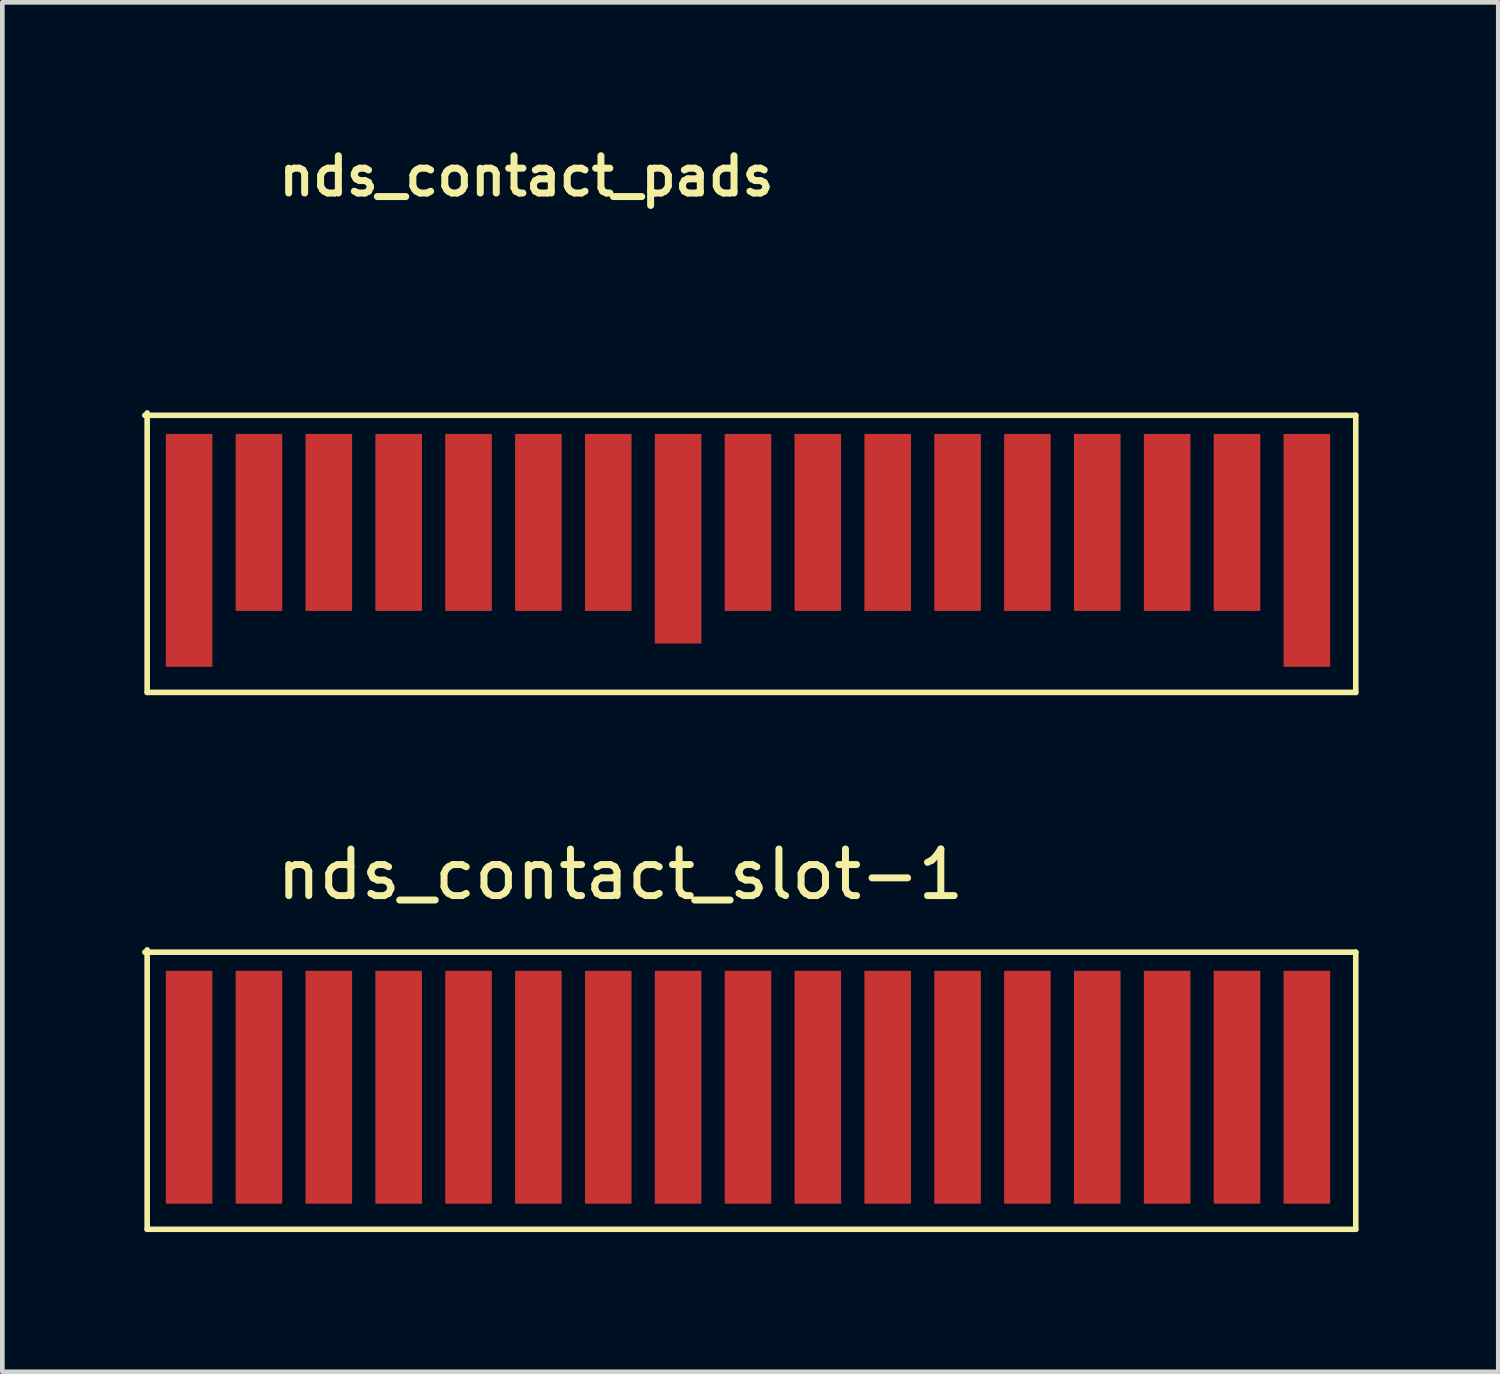
<source format=kicad_pcb>
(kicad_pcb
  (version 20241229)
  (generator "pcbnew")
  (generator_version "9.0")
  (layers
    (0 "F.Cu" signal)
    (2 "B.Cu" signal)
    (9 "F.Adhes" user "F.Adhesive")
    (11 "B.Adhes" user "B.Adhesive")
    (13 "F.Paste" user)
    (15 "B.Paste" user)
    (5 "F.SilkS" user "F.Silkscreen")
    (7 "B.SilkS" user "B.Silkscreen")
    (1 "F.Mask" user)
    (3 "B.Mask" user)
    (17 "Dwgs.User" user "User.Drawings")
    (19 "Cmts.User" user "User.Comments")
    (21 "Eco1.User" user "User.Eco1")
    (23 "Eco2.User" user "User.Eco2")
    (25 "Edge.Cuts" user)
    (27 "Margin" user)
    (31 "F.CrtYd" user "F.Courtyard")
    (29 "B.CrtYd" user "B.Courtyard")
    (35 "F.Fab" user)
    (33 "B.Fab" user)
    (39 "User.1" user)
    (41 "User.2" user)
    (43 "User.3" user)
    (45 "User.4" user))
  (footprint "nds_contact_pads"
    (layer "F.Cu")
    (at 8.11 4.817)
    (property "Reference" "nds_contact_pads" (at 0.143 -4.085 0) (layer "F.SilkS") (effects (font (size 0.8 0.8) (thickness 0.15))))
    (attr through_hole)
    (fp_line (start -8 1) (end -8 7) (stroke (width 0.12) (type solid)) (layer "F.SilkS"))
    (fp_line (start -8 7) (end 17.95 7) (stroke (width 0.12) (type solid)) (layer "F.SilkS"))
    (fp_line (start 17.95 1.05) (end -8.05 1.05) (stroke (width 0.12) (type solid)) (layer "F.SilkS"))
    (fp_line (start 17.95 7) (end 17.95 1.05) (stroke (width 0.12) (type solid)) (layer "F.SilkS"))
    (pad "1" smd rect (at -7.1 3.95) (size 1 5) (layers "F.Cu" "F.Mask" "F.Paste"))
    (pad "2" smd rect (at -5.6 3.35) (size 1 3.8) (layers "F.Cu" "F.Mask" "F.Paste"))
    (pad "3" smd rect (at -4.1 3.35) (size 1 3.8) (layers "F.Cu" "F.Mask" "F.Paste"))
    (pad "4" smd rect (at -2.6 3.35) (size 1 3.8) (layers "F.Cu" "F.Mask" "F.Paste"))
    (pad "5" smd rect (at -1.1 3.35) (size 1 3.8) (layers "F.Cu" "F.Mask" "F.Paste"))
    (pad "6" smd rect (at 0.4 3.35) (size 1 3.8) (layers "F.Cu" "F.Mask" "F.Paste"))
    (pad "7" smd rect (at 1.9 3.35) (size 1 3.8) (layers "F.Cu" "F.Mask" "F.Paste"))
    (pad "8" smd rect (at 3.4 3.7) (size 1 4.5) (layers "F.Cu" "F.Mask" "F.Paste"))
    (pad "9" smd rect (at 4.9 3.35) (size 1 3.8) (layers "F.Cu" "F.Mask" "F.Paste"))
    (pad "10" smd rect (at 6.4 3.35) (size 1 3.8) (layers "F.Cu" "F.Mask" "F.Paste"))
    (pad "11" smd rect (at 7.9 3.35) (size 1 3.8) (layers "F.Cu" "F.Mask" "F.Paste"))
    (pad "12" smd rect (at 9.4 3.35) (size 1 3.8) (layers "F.Cu" "F.Mask" "F.Paste"))
    (pad "13" smd rect (at 10.9 3.35) (size 1 3.8) (layers "F.Cu" "F.Mask" "F.Paste"))
    (pad "14" smd rect (at 12.4 3.35) (size 1 3.8) (layers "F.Cu" "F.Mask" "F.Paste"))
    (pad "15" smd rect (at 13.9 3.35) (size 1 3.8) (layers "F.Cu" "F.Mask" "F.Paste"))
    (pad "16" smd rect (at 15.4 3.35) (size 1 3.8) (layers "F.Cu" "F.Mask" "F.Paste"))
    (pad "17" smd rect (at 16.9 3.95) (size 1 5) (layers "F.Cu" "F.Mask" "F.Paste")))
  (footprint "nds_contact_slot-1"
    (layer "F.Cu")
    (at 13.01 17.155)
    (property "Reference" "nds_contact_slot-1" (at -2.74 -1.43 0) (unlocked yes) (layer "F.SilkS") (effects (font (size 1 1) (thickness 0.15))))
    (attr smd)
    (fp_line (start -12.9 0.19) (end -12.9 6.19) (stroke (width 0.12) (type solid)) (layer "F.SilkS"))
    (fp_line (start -12.9 6.19) (end 13.05 6.19) (stroke (width 0.12) (type solid)) (layer "F.SilkS"))
    (fp_line (start 13.05 0.24) (end -12.95 0.24) (stroke (width 0.12) (type solid)) (layer "F.SilkS"))
    (fp_line (start 13.05 6.19) (end 13.05 0.24) (stroke (width 0.12) (type solid)) (layer "F.SilkS"))
    (pad "1" smd rect (at -12 3.14) (size 1 5) (layers "F.Cu" "F.Mask" "F.Paste"))
    (pad "2" smd rect (at -10.5 3.14) (size 1 5) (layers "F.Cu" "F.Mask" "F.Paste"))
    (pad "3" smd rect (at -9 3.14) (size 1 5) (layers "F.Cu" "F.Mask" "F.Paste"))
    (pad "4" smd rect (at -7.5 3.14) (size 1 5) (layers "F.Cu" "F.Mask" "F.Paste"))
    (pad "5" smd rect (at -6 3.14) (size 1 5) (layers "F.Cu" "F.Mask" "F.Paste"))
    (pad "6" smd rect (at -4.5 3.14) (size 1 5) (layers "F.Cu" "F.Mask" "F.Paste"))
    (pad "7" smd rect (at -3 3.14) (size 1 5) (layers "F.Cu" "F.Mask" "F.Paste"))
    (pad "8" smd rect (at -1.5 3.14) (size 1 5) (layers "F.Cu" "F.Mask" "F.Paste"))
    (pad "9" smd rect (at 0 3.14) (size 1 5) (layers "F.Cu" "F.Mask" "F.Paste"))
    (pad "10" smd rect (at 1.5 3.14) (size 1 5) (layers "F.Cu" "F.Mask" "F.Paste"))
    (pad "11" smd rect (at 3 3.14) (size 1 5) (layers "F.Cu" "F.Mask" "F.Paste"))
    (pad "12" smd rect (at 4.5 3.14) (size 1 5) (layers "F.Cu" "F.Mask" "F.Paste"))
    (pad "13" smd rect (at 6 3.14) (size 1 5) (layers "F.Cu" "F.Mask" "F.Paste"))
    (pad "14" smd rect (at 7.5 3.14) (size 1 5) (layers "F.Cu" "F.Mask" "F.Paste"))
    (pad "15" smd rect (at 9 3.14) (size 1 5) (layers "F.Cu" "F.Mask" "F.Paste"))
    (pad "16" smd rect (at 10.5 3.14) (size 1 5) (layers "F.Cu" "F.Mask" "F.Paste"))
    (pad "17" smd rect (at 12 3.14) (size 1 5) (layers "F.Cu" "F.Mask" "F.Paste")))
  (gr_rect
    (start -3 -3)
    (end 29.12 26.405)
    (stroke (width 0.1) (type default))
    (fill no)
    (layer "Edge.Cuts")))
</source>
